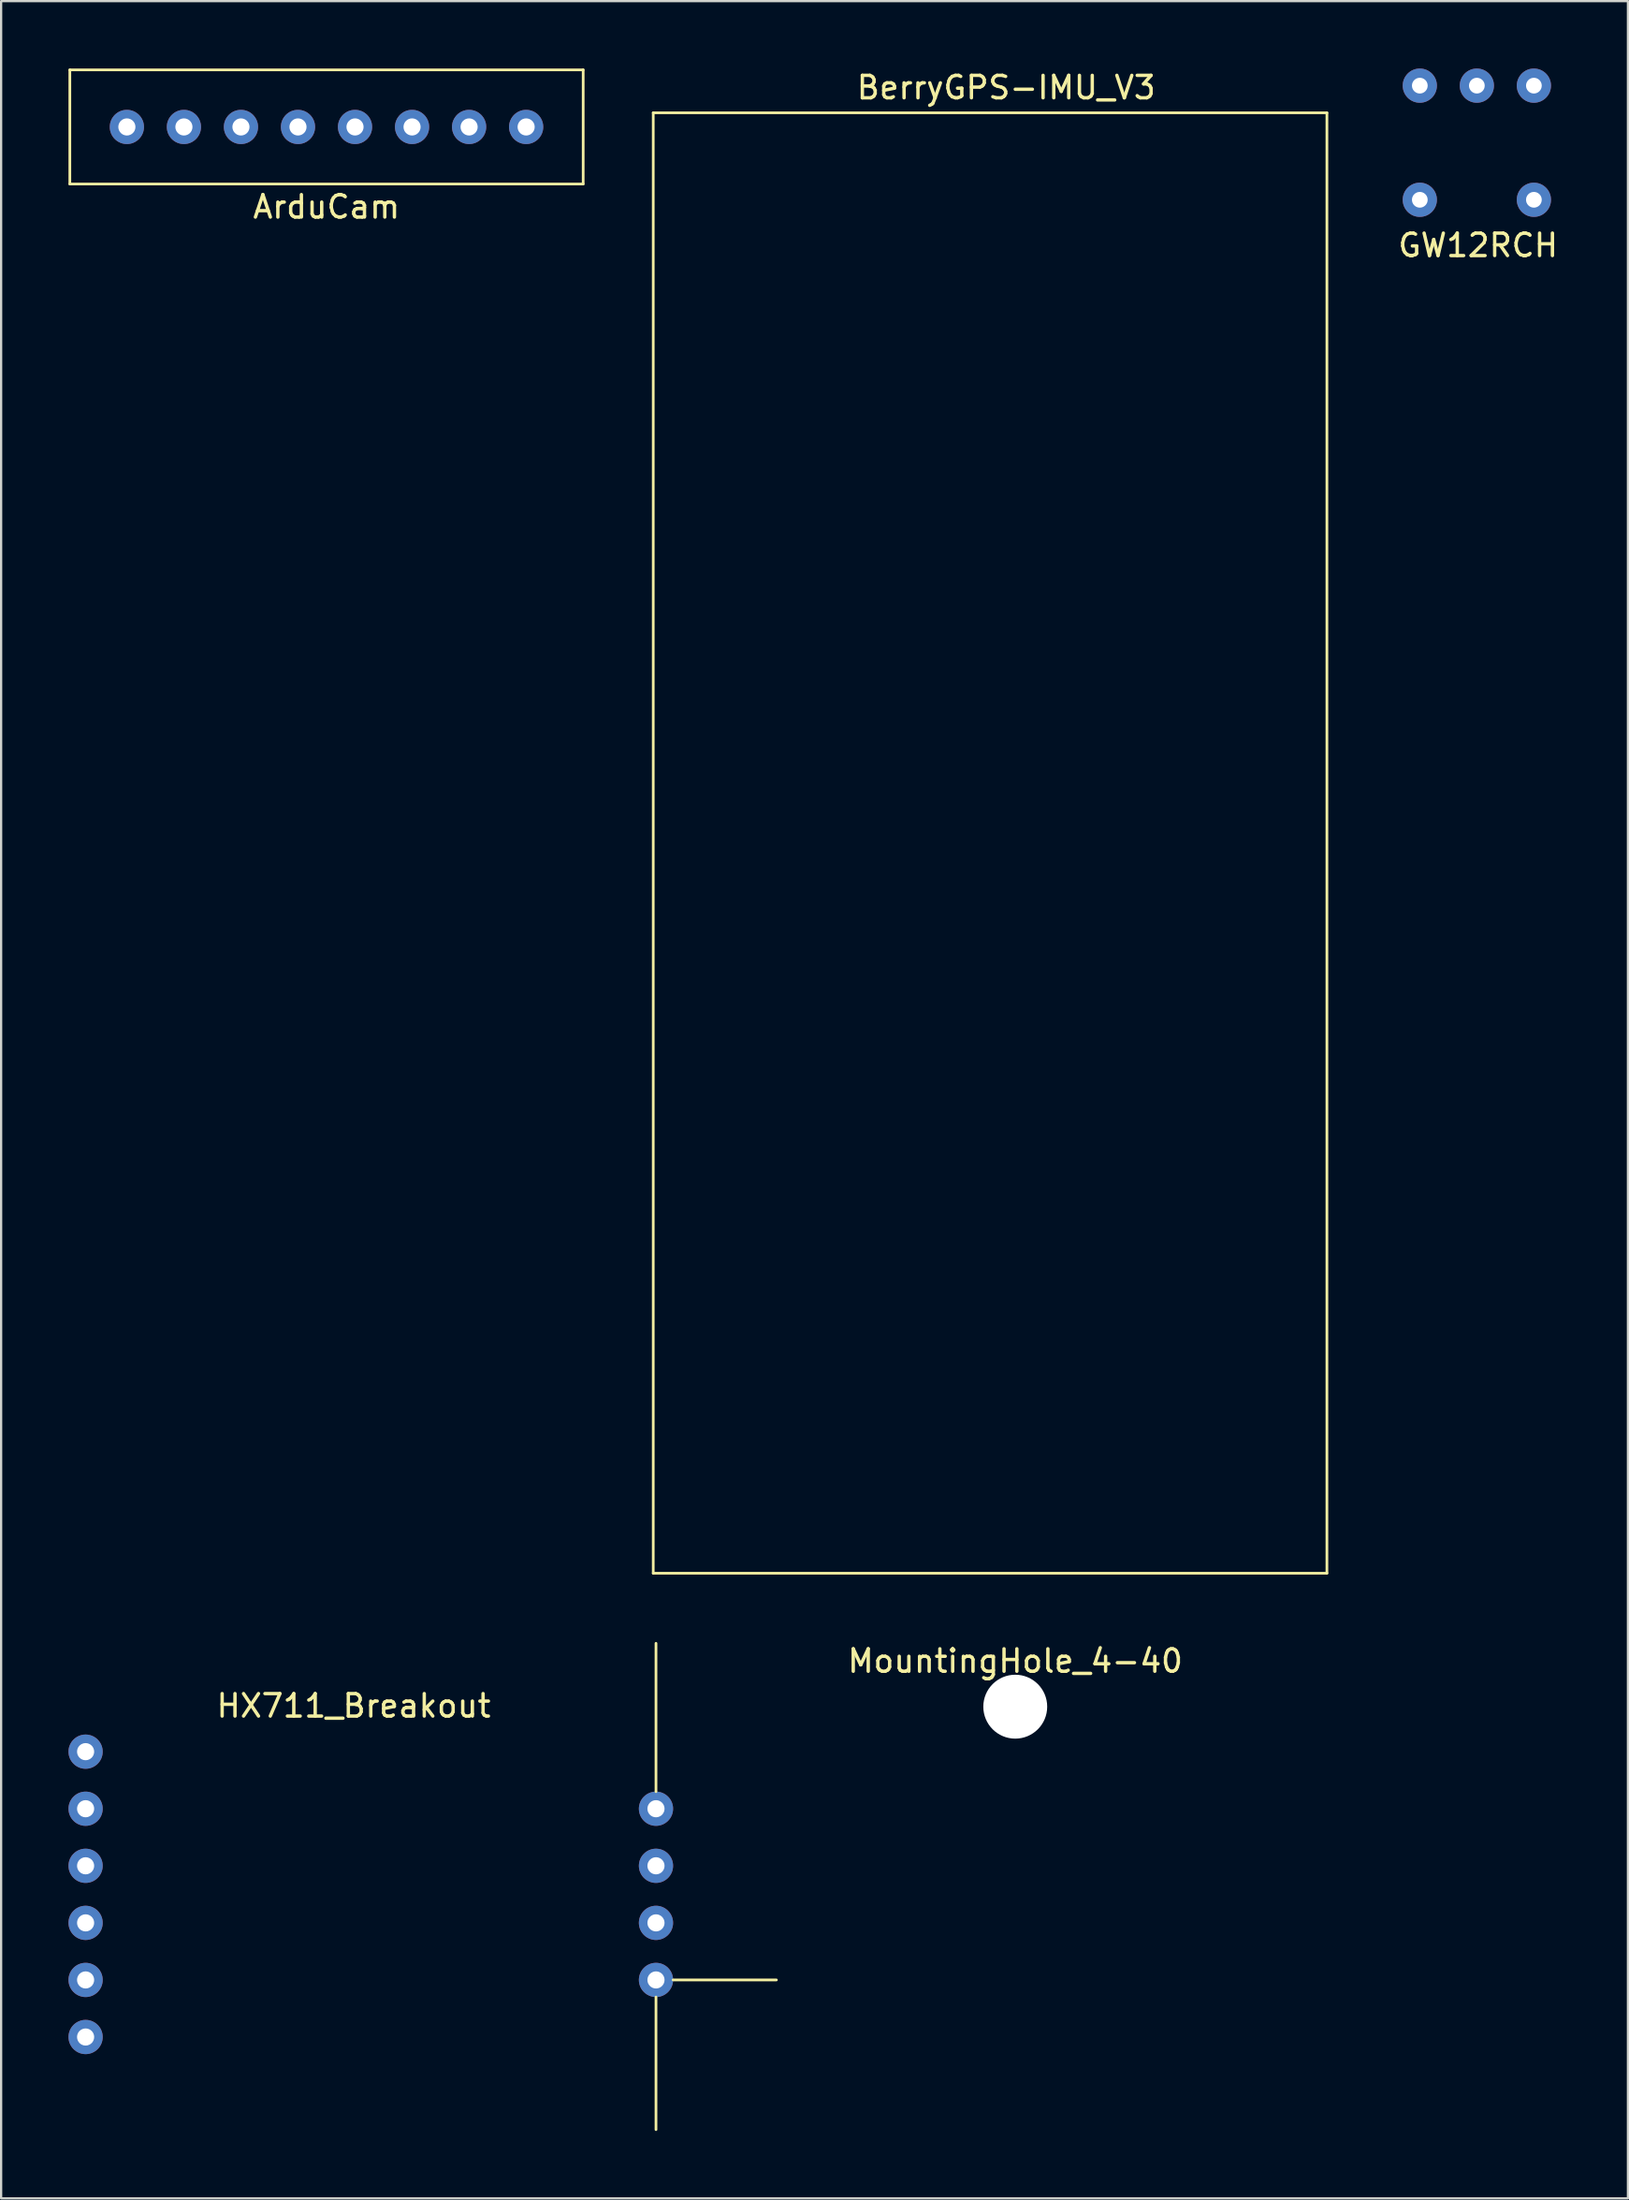
<source format=kicad_pcb>
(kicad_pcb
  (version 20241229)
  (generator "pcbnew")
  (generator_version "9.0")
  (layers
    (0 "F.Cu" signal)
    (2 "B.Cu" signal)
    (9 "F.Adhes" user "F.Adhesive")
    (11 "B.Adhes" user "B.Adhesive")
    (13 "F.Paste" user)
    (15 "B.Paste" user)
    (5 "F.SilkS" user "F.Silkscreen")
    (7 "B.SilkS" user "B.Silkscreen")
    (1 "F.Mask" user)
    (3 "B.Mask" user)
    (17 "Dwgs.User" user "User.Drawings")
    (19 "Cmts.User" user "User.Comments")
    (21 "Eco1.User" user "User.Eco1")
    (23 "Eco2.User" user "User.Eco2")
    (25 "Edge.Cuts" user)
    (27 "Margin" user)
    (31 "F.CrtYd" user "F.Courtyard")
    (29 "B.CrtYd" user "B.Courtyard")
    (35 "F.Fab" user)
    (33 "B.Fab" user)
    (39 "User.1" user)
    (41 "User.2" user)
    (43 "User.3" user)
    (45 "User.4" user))
  (footprint "BerryGPS-IMU_V3"
    (layer "F.Cu")
    (at 41.93 35.946)
    (property "Reference" "BerryGPS-IMU_V3" (at -0.173 -35.098 0) (layer "F.SilkS") (effects (font (size 1 1) (thickness 0.15))))
    (attr through_hole)
    (fp_line (start -15.89 -33.975) (end -15.89 31.025) (stroke (width 0.12) (type solid)) (layer "F.SilkS"))
    (fp_line (start -15.89 -33.975) (end 14.11 -33.975) (stroke (width 0.12) (type solid)) (layer "F.SilkS"))
    (fp_line (start -15.89 31.025) (end 14.11 31.025) (stroke (width 0.12) (type solid)) (layer "F.SilkS"))
    (fp_line (start 14.11 -33.975) (end 14.11 31.025) (stroke (width 0.12) (type solid)) (layer "F.SilkS")))
  (footprint "GW12RCH"
    (layer "F.Cu")
    (at 62.722 3.668)
    (property "Reference" "GW12RCH" (at 0.051 4.201 0) (layer "F.SilkS") (effects (font (size 1 1) (thickness 0.15))))
    (attr through_hole)
    (pad "" thru_hole circle (at -2.545 2.174) (size 1.524 1.524) (drill 0.7) (layers "*.Cu" "*.Mask"))
    (pad "" thru_hole circle (at 2.535 2.174) (size 1.524 1.524) (drill 0.7) (layers "*.Cu" "*.Mask"))
    (pad "1" thru_hole circle (at -2.545 -2.906) (size 1.524 1.524) (drill 0.7) (layers "*.Cu" "*.Mask"))
    (pad "2" thru_hole circle (at -0.005 -2.906) (size 1.524 1.524) (drill 0.7) (layers "*.Cu" "*.Mask"))
    (pad "3" thru_hole circle (at 2.535 -2.906) (size 1.524 1.524) (drill 0.7) (layers "*.Cu" "*.Mask")))
  (footprint "MountingHole_4-40"
    (layer "F.Cu")
    (at 42.161 72.911)
    (property "Reference" "MountingHole_4-40" (at 0 -2.032 0) (layer "F.SilkS") (effects (font (size 1 1) (thickness 0.15))))
    (attr through_hole)
    (pad "" np_thru_hole circle (at 0 0) (size 2.845 2.845) (drill 2.845) (layers "*.Cu" "*.Mask")))
  (footprint "ArduCam"
    (layer "F.Cu")
    (at 11.49 2.854)
    (property "Reference" "ArduCam" (at 0 3.302 0) (layer "F.SilkS") (effects (font (size 1 1) (thickness 0.15))))
    (attr through_hole)
    (fp_line (start -11.43 -2.794) (end -11.43 2.286) (stroke (width 0.12) (type solid)) (layer "F.SilkS"))
    (fp_line (start -11.43 2.286) (end 11.43 2.286) (stroke (width 0.12) (type solid)) (layer "F.SilkS"))
    (fp_line (start 11.43 -2.794) (end -11.43 -2.794) (stroke (width 0.12) (type solid)) (layer "F.SilkS"))
    (fp_line (start 11.43 2.286) (end 11.43 -2.794) (stroke (width 0.12) (type solid)) (layer "F.SilkS"))
    (pad "1" thru_hole circle (at -8.89 -0.254) (size 1.524 1.524) (drill 0.762) (layers "*.Cu" "*.Mask"))
    (pad "2" thru_hole circle (at -6.35 -0.254) (size 1.524 1.524) (drill 0.762) (layers "*.Cu" "*.Mask"))
    (pad "3" thru_hole circle (at -3.81 -0.254) (size 1.524 1.524) (drill 0.762) (layers "*.Cu" "*.Mask"))
    (pad "4" thru_hole circle (at -1.27 -0.254) (size 1.524 1.524) (drill 0.762) (layers "*.Cu" "*.Mask"))
    (pad "5" thru_hole circle (at 1.27 -0.254) (size 1.524 1.524) (drill 0.762) (layers "*.Cu" "*.Mask"))
    (pad "6" thru_hole circle (at 3.81 -0.254) (size 1.524 1.524) (drill 0.762) (layers "*.Cu" "*.Mask"))
    (pad "7" thru_hole circle (at 6.35 -0.254) (size 1.524 1.524) (drill 0.762) (layers "*.Cu" "*.Mask"))
    (pad "8" thru_hole circle (at 8.89 -0.254) (size 1.524 1.524) (drill 0.762) (layers "*.Cu" "*.Mask")))
  (footprint "HX711_Breakout"
    (layer "F.Cu")
    (at 12.7 72.373)
    (property "Reference" "HX711_Breakout" (at 0 0.5 0) (layer "F.SilkS") (effects (font (size 1 1) (thickness 0.15))))
    (attr through_hole)
    (fp_line (start 13.462 -2.282) (end 13.462 4.318) (stroke (width 0.12) (type solid)) (layer "F.SilkS"))
    (fp_line (start 13.462 13.462) (end 13.462 19.362) (stroke (width 0.12) (type solid)) (layer "F.SilkS"))
    (fp_line (start 14.224 12.7) (end 18.824 12.7) (stroke (width 0.12) (type solid)) (layer "F.SilkS"))
    (pad "1" thru_hole circle (at -11.938 2.54) (size 1.524 1.524) (drill 0.762) (layers "*.Cu" "*.Mask"))
    (pad "1" thru_hole circle (at 13.462 5.08) (size 1.524 1.524) (drill 0.762) (layers "*.Cu" "*.Mask"))
    (pad "2" thru_hole circle (at -11.938 5.08) (size 1.524 1.524) (drill 0.762) (layers "*.Cu" "*.Mask"))
    (pad "2" thru_hole circle (at 13.462 7.62) (size 1.524 1.524) (drill 0.762) (layers "*.Cu" "*.Mask"))
    (pad "3" thru_hole circle (at -11.938 7.62) (size 1.524 1.524) (drill 0.762) (layers "*.Cu" "*.Mask"))
    (pad "3" thru_hole circle (at 13.462 10.16) (size 1.524 1.524) (drill 0.762) (layers "*.Cu" "*.Mask"))
    (pad "4" thru_hole circle (at -11.938 10.16) (size 1.524 1.524) (drill 0.762) (layers "*.Cu" "*.Mask"))
    (pad "4" thru_hole circle (at 13.462 12.7) (size 1.524 1.524) (drill 0.762) (layers "*.Cu" "*.Mask"))
    (pad "5" thru_hole circle (at -11.938 12.7) (size 1.524 1.524) (drill 0.762) (layers "*.Cu" "*.Mask"))
    (pad "6" thru_hole circle (at -11.938 15.24) (size 1.524 1.524) (drill 0.762) (layers "*.Cu" "*.Mask")))
  (gr_rect
    (start -3 -3)
    (end 69.445 94.795)
    (stroke (width 0.1) (type default))
    (fill no)
    (layer "Edge.Cuts")))
</source>
